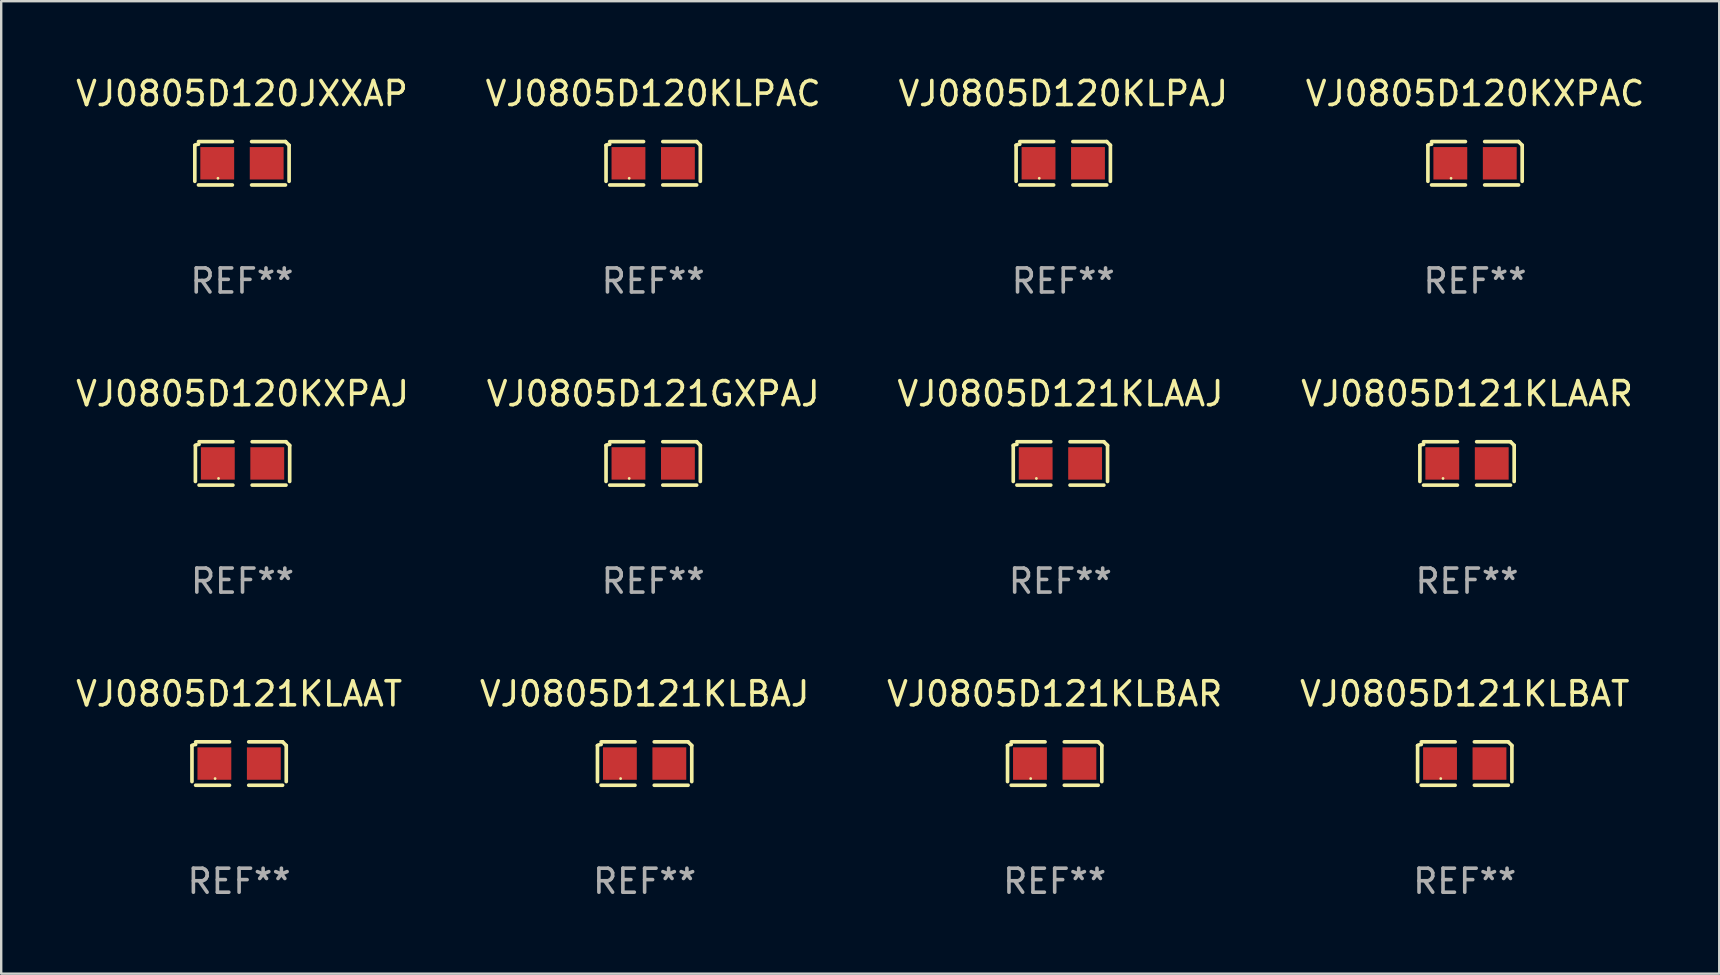
<source format=kicad_pcb>
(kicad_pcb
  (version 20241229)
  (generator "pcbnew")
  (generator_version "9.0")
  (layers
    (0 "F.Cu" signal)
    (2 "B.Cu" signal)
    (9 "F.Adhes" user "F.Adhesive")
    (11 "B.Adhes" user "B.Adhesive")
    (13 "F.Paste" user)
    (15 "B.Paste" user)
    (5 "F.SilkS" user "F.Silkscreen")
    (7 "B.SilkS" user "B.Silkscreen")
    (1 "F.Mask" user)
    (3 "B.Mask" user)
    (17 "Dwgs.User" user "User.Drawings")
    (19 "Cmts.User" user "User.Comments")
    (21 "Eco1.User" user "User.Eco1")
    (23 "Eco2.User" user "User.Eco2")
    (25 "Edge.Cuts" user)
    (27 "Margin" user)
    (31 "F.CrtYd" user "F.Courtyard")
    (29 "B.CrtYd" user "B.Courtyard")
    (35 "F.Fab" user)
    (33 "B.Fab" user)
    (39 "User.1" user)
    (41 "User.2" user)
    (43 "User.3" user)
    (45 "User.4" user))
  (footprint "VJ0805D121KLAAJ"
    (layer "F.Cu")
    (at 41.125 16.256)
    (property "Reference" "VJ0805D121KLAAJ" (at 0 -2.904 0) (layer "F.SilkS") (effects (font (size 1 1) (thickness 0.15))))
    (attr through_hole)
    (fp_line (start -1.964 0.751) (end -1.964 -0.751) (stroke (width 0.152) (type solid)) (layer "F.SilkS"))
    (fp_line (start -1.811 -0.904) (end -0.401 -0.904) (stroke (width 0.152) (type solid)) (layer "F.SilkS"))
    (fp_line (start -0.401 0.904) (end -1.811 0.904) (stroke (width 0.152) (type solid)) (layer "F.SilkS"))
    (fp_line (start 0.401 0.904) (end 1.811 0.904) (stroke (width 0.152) (type solid)) (layer "F.SilkS"))
    (fp_line (start 1.811 -0.904) (end 0.401 -0.904) (stroke (width 0.152) (type solid)) (layer "F.SilkS"))
    (fp_line (start 1.964 0.751) (end 1.964 -0.751) (stroke (width 0.152) (type solid)) (layer "F.SilkS"))
    (fp_arc (start -1.963602 -0.751207) (mid -1.890354 -0.783131) (end -1.811201 -0.794044) (stroke (width 0.1524) (type solid)) (layer "F.SilkS"))
    (fp_arc (start 1.811202 -0.903607) (mid 1.887413 -0.827418) (end 1.963602 -0.751207) (stroke (width 0.1524) (type solid)) (layer "F.SilkS"))
    (fp_circle (center -1 0.625) (end -0.97 0.625) (stroke (width 0.06) (type solid)) (fill no) (layer "F.SilkS"))
    (fp_text user "REF**" (at 0 4.904 0) (layer "F.Fab") (effects (font (size 1 1) (thickness 0.15))))
    (pad "1" smd rect (at -1.03 0) (size 1.41 1.35) (layers "F.Cu" "F.Mask" "F.Paste"))
    (pad "2" smd rect (at 1.03 0) (size 1.41 1.35) (layers "F.Cu" "F.Mask" "F.Paste")))
  (footprint "VJ0805D121KLBAT"
    (layer "F.Cu")
    (at 57.97 28.759)
    (property "Reference" "VJ0805D121KLBAT" (at 0 -2.904 0) (layer "F.SilkS") (effects (font (size 1 1) (thickness 0.15))))
    (attr through_hole)
    (fp_line (start -1.964 0.751) (end -1.964 -0.751) (stroke (width 0.152) (type solid)) (layer "F.SilkS"))
    (fp_line (start -1.811 -0.904) (end -0.401 -0.904) (stroke (width 0.152) (type solid)) (layer "F.SilkS"))
    (fp_line (start -0.401 0.904) (end -1.811 0.904) (stroke (width 0.152) (type solid)) (layer "F.SilkS"))
    (fp_line (start 0.401 0.904) (end 1.811 0.904) (stroke (width 0.152) (type solid)) (layer "F.SilkS"))
    (fp_line (start 1.811 -0.904) (end 0.401 -0.904) (stroke (width 0.152) (type solid)) (layer "F.SilkS"))
    (fp_line (start 1.964 0.751) (end 1.964 -0.751) (stroke (width 0.152) (type solid)) (layer "F.SilkS"))
    (fp_arc (start -1.963602 -0.751207) (mid -1.890354 -0.783131) (end -1.811201 -0.794044) (stroke (width 0.1524) (type solid)) (layer "F.SilkS"))
    (fp_arc (start 1.811202 -0.903607) (mid 1.887413 -0.827418) (end 1.963602 -0.751207) (stroke (width 0.1524) (type solid)) (layer "F.SilkS"))
    (fp_circle (center -1 0.625) (end -0.97 0.625) (stroke (width 0.06) (type solid)) (fill no) (layer "F.SilkS"))
    (fp_text user "REF**" (at 0 4.904 0) (layer "F.Fab") (effects (font (size 1 1) (thickness 0.15))))
    (pad "1" smd rect (at -1.03 0) (size 1.41 1.35) (layers "F.Cu" "F.Mask" "F.Paste"))
    (pad "2" smd rect (at 1.03 0) (size 1.41 1.35) (layers "F.Cu" "F.Mask" "F.Paste")))
  (footprint "VJ0805D120JXXAP"
    (layer "F.Cu")
    (at 7.03 3.752)
    (property "Reference" "VJ0805D120JXXAP" (at 0 -2.904 0) (layer "F.SilkS") (effects (font (size 1 1) (thickness 0.15))))
    (attr through_hole)
    (fp_line (start -1.964 0.751) (end -1.964 -0.751) (stroke (width 0.152) (type solid)) (layer "F.SilkS"))
    (fp_line (start -1.811 -0.904) (end -0.401 -0.904) (stroke (width 0.152) (type solid)) (layer "F.SilkS"))
    (fp_line (start -0.401 0.904) (end -1.811 0.904) (stroke (width 0.152) (type solid)) (layer "F.SilkS"))
    (fp_line (start 0.401 0.904) (end 1.811 0.904) (stroke (width 0.152) (type solid)) (layer "F.SilkS"))
    (fp_line (start 1.811 -0.904) (end 0.401 -0.904) (stroke (width 0.152) (type solid)) (layer "F.SilkS"))
    (fp_line (start 1.964 0.751) (end 1.964 -0.751) (stroke (width 0.152) (type solid)) (layer "F.SilkS"))
    (fp_arc (start -1.963602 -0.751207) (mid -1.890354 -0.783131) (end -1.811201 -0.794044) (stroke (width 0.1524) (type solid)) (layer "F.SilkS"))
    (fp_arc (start 1.811202 -0.903607) (mid 1.887413 -0.827418) (end 1.963602 -0.751207) (stroke (width 0.1524) (type solid)) (layer "F.SilkS"))
    (fp_circle (center -1 0.625) (end -0.97 0.625) (stroke (width 0.06) (type solid)) (fill no) (layer "F.SilkS"))
    (fp_text user "REF**" (at 0 4.904 0) (layer "F.Fab") (effects (font (size 1 1) (thickness 0.15))))
    (pad "1" smd rect (at -1.03 0) (size 1.41 1.35) (layers "F.Cu" "F.Mask" "F.Paste"))
    (pad "2" smd rect (at 1.03 0) (size 1.41 1.35) (layers "F.Cu" "F.Mask" "F.Paste")))
  (footprint "VJ0805D121KLBAJ"
    (layer "F.Cu")
    (at 23.804 28.759)
    (property "Reference" "VJ0805D121KLBAJ" (at 0 -2.904 0) (layer "F.SilkS") (effects (font (size 1 1) (thickness 0.15))))
    (attr through_hole)
    (fp_line (start -1.964 0.751) (end -1.964 -0.751) (stroke (width 0.152) (type solid)) (layer "F.SilkS"))
    (fp_line (start -1.811 -0.904) (end -0.401 -0.904) (stroke (width 0.152) (type solid)) (layer "F.SilkS"))
    (fp_line (start -0.401 0.904) (end -1.811 0.904) (stroke (width 0.152) (type solid)) (layer "F.SilkS"))
    (fp_line (start 0.401 0.904) (end 1.811 0.904) (stroke (width 0.152) (type solid)) (layer "F.SilkS"))
    (fp_line (start 1.811 -0.904) (end 0.401 -0.904) (stroke (width 0.152) (type solid)) (layer "F.SilkS"))
    (fp_line (start 1.964 0.751) (end 1.964 -0.751) (stroke (width 0.152) (type solid)) (layer "F.SilkS"))
    (fp_arc (start -1.963602 -0.751207) (mid -1.890354 -0.783131) (end -1.811201 -0.794044) (stroke (width 0.1524) (type solid)) (layer "F.SilkS"))
    (fp_arc (start 1.811202 -0.903607) (mid 1.887413 -0.827418) (end 1.963602 -0.751207) (stroke (width 0.1524) (type solid)) (layer "F.SilkS"))
    (fp_circle (center -1 0.625) (end -0.97 0.625) (stroke (width 0.06) (type solid)) (fill no) (layer "F.SilkS"))
    (fp_text user "REF**" (at 0 4.904 0) (layer "F.Fab") (effects (font (size 1 1) (thickness 0.15))))
    (pad "1" smd rect (at -1.03 0) (size 1.41 1.35) (layers "F.Cu" "F.Mask" "F.Paste"))
    (pad "2" smd rect (at 1.03 0) (size 1.41 1.35) (layers "F.Cu" "F.Mask" "F.Paste")))
  (footprint "VJ0805D120KLPAC"
    (layer "F.Cu")
    (at 24.161 3.752)
    (property "Reference" "VJ0805D120KLPAC" (at 0 -2.904 0) (layer "F.SilkS") (effects (font (size 1 1) (thickness 0.15))))
    (attr through_hole)
    (fp_line (start -1.964 0.751) (end -1.964 -0.751) (stroke (width 0.152) (type solid)) (layer "F.SilkS"))
    (fp_line (start -1.811 -0.904) (end -0.401 -0.904) (stroke (width 0.152) (type solid)) (layer "F.SilkS"))
    (fp_line (start -0.401 0.904) (end -1.811 0.904) (stroke (width 0.152) (type solid)) (layer "F.SilkS"))
    (fp_line (start 0.401 0.904) (end 1.811 0.904) (stroke (width 0.152) (type solid)) (layer "F.SilkS"))
    (fp_line (start 1.811 -0.904) (end 0.401 -0.904) (stroke (width 0.152) (type solid)) (layer "F.SilkS"))
    (fp_line (start 1.964 0.751) (end 1.964 -0.751) (stroke (width 0.152) (type solid)) (layer "F.SilkS"))
    (fp_arc (start -1.963602 -0.751207) (mid -1.890354 -0.783131) (end -1.811201 -0.794044) (stroke (width 0.1524) (type solid)) (layer "F.SilkS"))
    (fp_arc (start 1.811202 -0.903607) (mid 1.887413 -0.827418) (end 1.963602 -0.751207) (stroke (width 0.1524) (type solid)) (layer "F.SilkS"))
    (fp_circle (center -1 0.625) (end -0.97 0.625) (stroke (width 0.06) (type solid)) (fill no) (layer "F.SilkS"))
    (fp_text user "REF**" (at 0 4.904 0) (layer "F.Fab") (effects (font (size 1 1) (thickness 0.15))))
    (pad "1" smd rect (at -1.03 0) (size 1.41 1.35) (layers "F.Cu" "F.Mask" "F.Paste"))
    (pad "2" smd rect (at 1.03 0) (size 1.41 1.35) (layers "F.Cu" "F.Mask" "F.Paste")))
  (footprint "VJ0805D120KLPAJ"
    (layer "F.Cu")
    (at 41.244 3.752)
    (property "Reference" "VJ0805D120KLPAJ" (at 0 -2.904 0) (layer "F.SilkS") (effects (font (size 1 1) (thickness 0.15))))
    (attr through_hole)
    (fp_line (start -1.964 0.751) (end -1.964 -0.751) (stroke (width 0.152) (type solid)) (layer "F.SilkS"))
    (fp_line (start -1.811 -0.904) (end -0.401 -0.904) (stroke (width 0.152) (type solid)) (layer "F.SilkS"))
    (fp_line (start -0.401 0.904) (end -1.811 0.904) (stroke (width 0.152) (type solid)) (layer "F.SilkS"))
    (fp_line (start 0.401 0.904) (end 1.811 0.904) (stroke (width 0.152) (type solid)) (layer "F.SilkS"))
    (fp_line (start 1.811 -0.904) (end 0.401 -0.904) (stroke (width 0.152) (type solid)) (layer "F.SilkS"))
    (fp_line (start 1.964 0.751) (end 1.964 -0.751) (stroke (width 0.152) (type solid)) (layer "F.SilkS"))
    (fp_arc (start -1.963602 -0.751207) (mid -1.890354 -0.783131) (end -1.811201 -0.794044) (stroke (width 0.1524) (type solid)) (layer "F.SilkS"))
    (fp_arc (start 1.811202 -0.903607) (mid 1.887413 -0.827418) (end 1.963602 -0.751207) (stroke (width 0.1524) (type solid)) (layer "F.SilkS"))
    (fp_circle (center -1 0.625) (end -0.97 0.625) (stroke (width 0.06) (type solid)) (fill no) (layer "F.SilkS"))
    (fp_text user "REF**" (at 0 4.904 0) (layer "F.Fab") (effects (font (size 1 1) (thickness 0.15))))
    (pad "1" smd rect (at -1.03 0) (size 1.41 1.35) (layers "F.Cu" "F.Mask" "F.Paste"))
    (pad "2" smd rect (at 1.03 0) (size 1.41 1.35) (layers "F.Cu" "F.Mask" "F.Paste")))
  (footprint "VJ0805D120KXPAC"
    (layer "F.Cu")
    (at 58.399 3.752)
    (property "Reference" "VJ0805D120KXPAC" (at 0 -2.904 0) (layer "F.SilkS") (effects (font (size 1 1) (thickness 0.15))))
    (attr through_hole)
    (fp_line (start -1.964 0.751) (end -1.964 -0.751) (stroke (width 0.152) (type solid)) (layer "F.SilkS"))
    (fp_line (start -1.811 -0.904) (end -0.401 -0.904) (stroke (width 0.152) (type solid)) (layer "F.SilkS"))
    (fp_line (start -0.401 0.904) (end -1.811 0.904) (stroke (width 0.152) (type solid)) (layer "F.SilkS"))
    (fp_line (start 0.401 0.904) (end 1.811 0.904) (stroke (width 0.152) (type solid)) (layer "F.SilkS"))
    (fp_line (start 1.811 -0.904) (end 0.401 -0.904) (stroke (width 0.152) (type solid)) (layer "F.SilkS"))
    (fp_line (start 1.964 0.751) (end 1.964 -0.751) (stroke (width 0.152) (type solid)) (layer "F.SilkS"))
    (fp_arc (start -1.963602 -0.751207) (mid -1.890354 -0.783131) (end -1.811201 -0.794044) (stroke (width 0.1524) (type solid)) (layer "F.SilkS"))
    (fp_arc (start 1.811202 -0.903607) (mid 1.887413 -0.827418) (end 1.963602 -0.751207) (stroke (width 0.1524) (type solid)) (layer "F.SilkS"))
    (fp_circle (center -1 0.625) (end -0.97 0.625) (stroke (width 0.06) (type solid)) (fill no) (layer "F.SilkS"))
    (fp_text user "REF**" (at 0 4.904 0) (layer "F.Fab") (effects (font (size 1 1) (thickness 0.15))))
    (pad "1" smd rect (at -1.03 0) (size 1.41 1.35) (layers "F.Cu" "F.Mask" "F.Paste"))
    (pad "2" smd rect (at 1.03 0) (size 1.41 1.35) (layers "F.Cu" "F.Mask" "F.Paste")))
  (footprint "VJ0805D120KXPAJ"
    (layer "F.Cu")
    (at 7.054 16.256)
    (property "Reference" "VJ0805D120KXPAJ" (at 0 -2.904 0) (layer "F.SilkS") (effects (font (size 1 1) (thickness 0.15))))
    (attr through_hole)
    (fp_line (start -1.964 0.751) (end -1.964 -0.751) (stroke (width 0.152) (type solid)) (layer "F.SilkS"))
    (fp_line (start -1.811 -0.904) (end -0.401 -0.904) (stroke (width 0.152) (type solid)) (layer "F.SilkS"))
    (fp_line (start -0.401 0.904) (end -1.811 0.904) (stroke (width 0.152) (type solid)) (layer "F.SilkS"))
    (fp_line (start 0.401 0.904) (end 1.811 0.904) (stroke (width 0.152) (type solid)) (layer "F.SilkS"))
    (fp_line (start 1.811 -0.904) (end 0.401 -0.904) (stroke (width 0.152) (type solid)) (layer "F.SilkS"))
    (fp_line (start 1.964 0.751) (end 1.964 -0.751) (stroke (width 0.152) (type solid)) (layer "F.SilkS"))
    (fp_arc (start -1.963602 -0.751207) (mid -1.890354 -0.783131) (end -1.811201 -0.794044) (stroke (width 0.1524) (type solid)) (layer "F.SilkS"))
    (fp_arc (start 1.811202 -0.903607) (mid 1.887413 -0.827418) (end 1.963602 -0.751207) (stroke (width 0.1524) (type solid)) (layer "F.SilkS"))
    (fp_circle (center -1 0.625) (end -0.97 0.625) (stroke (width 0.06) (type solid)) (fill no) (layer "F.SilkS"))
    (fp_text user "REF**" (at 0 4.904 0) (layer "F.Fab") (effects (font (size 1 1) (thickness 0.15))))
    (pad "1" smd rect (at -1.03 0) (size 1.41 1.35) (layers "F.Cu" "F.Mask" "F.Paste"))
    (pad "2" smd rect (at 1.03 0) (size 1.41 1.35) (layers "F.Cu" "F.Mask" "F.Paste")))
  (footprint "VJ0805D121KLAAR"
    (layer "F.Cu")
    (at 58.065 16.256)
    (property "Reference" "VJ0805D121KLAAR" (at 0 -2.904 0) (layer "F.SilkS") (effects (font (size 1 1) (thickness 0.15))))
    (attr through_hole)
    (fp_line (start -1.964 0.751) (end -1.964 -0.751) (stroke (width 0.152) (type solid)) (layer "F.SilkS"))
    (fp_line (start -1.811 -0.904) (end -0.401 -0.904) (stroke (width 0.152) (type solid)) (layer "F.SilkS"))
    (fp_line (start -0.401 0.904) (end -1.811 0.904) (stroke (width 0.152) (type solid)) (layer "F.SilkS"))
    (fp_line (start 0.401 0.904) (end 1.811 0.904) (stroke (width 0.152) (type solid)) (layer "F.SilkS"))
    (fp_line (start 1.811 -0.904) (end 0.401 -0.904) (stroke (width 0.152) (type solid)) (layer "F.SilkS"))
    (fp_line (start 1.964 0.751) (end 1.964 -0.751) (stroke (width 0.152) (type solid)) (layer "F.SilkS"))
    (fp_arc (start -1.963602 -0.751207) (mid -1.890354 -0.783131) (end -1.811201 -0.794044) (stroke (width 0.1524) (type solid)) (layer "F.SilkS"))
    (fp_arc (start 1.811202 -0.903607) (mid 1.887413 -0.827418) (end 1.963602 -0.751207) (stroke (width 0.1524) (type solid)) (layer "F.SilkS"))
    (fp_circle (center -1 0.625) (end -0.97 0.625) (stroke (width 0.06) (type solid)) (fill no) (layer "F.SilkS"))
    (fp_text user "REF**" (at 0 4.904 0) (layer "F.Fab") (effects (font (size 1 1) (thickness 0.15))))
    (pad "1" smd rect (at -1.03 0) (size 1.41 1.35) (layers "F.Cu" "F.Mask" "F.Paste"))
    (pad "2" smd rect (at 1.03 0) (size 1.41 1.35) (layers "F.Cu" "F.Mask" "F.Paste")))
  (footprint "VJ0805D121KLBAR"
    (layer "F.Cu")
    (at 40.887 28.759)
    (property "Reference" "VJ0805D121KLBAR" (at 0 -2.904 0) (layer "F.SilkS") (effects (font (size 1 1) (thickness 0.15))))
    (attr through_hole)
    (fp_line (start -1.964 0.751) (end -1.964 -0.751) (stroke (width 0.152) (type solid)) (layer "F.SilkS"))
    (fp_line (start -1.811 -0.904) (end -0.401 -0.904) (stroke (width 0.152) (type solid)) (layer "F.SilkS"))
    (fp_line (start -0.401 0.904) (end -1.811 0.904) (stroke (width 0.152) (type solid)) (layer "F.SilkS"))
    (fp_line (start 0.401 0.904) (end 1.811 0.904) (stroke (width 0.152) (type solid)) (layer "F.SilkS"))
    (fp_line (start 1.811 -0.904) (end 0.401 -0.904) (stroke (width 0.152) (type solid)) (layer "F.SilkS"))
    (fp_line (start 1.964 0.751) (end 1.964 -0.751) (stroke (width 0.152) (type solid)) (layer "F.SilkS"))
    (fp_arc (start -1.963602 -0.751207) (mid -1.890354 -0.783131) (end -1.811201 -0.794044) (stroke (width 0.1524) (type solid)) (layer "F.SilkS"))
    (fp_arc (start 1.811202 -0.903607) (mid 1.887413 -0.827418) (end 1.963602 -0.751207) (stroke (width 0.1524) (type solid)) (layer "F.SilkS"))
    (fp_circle (center -1 0.625) (end -0.97 0.625) (stroke (width 0.06) (type solid)) (fill no) (layer "F.SilkS"))
    (fp_text user "REF**" (at 0 4.904 0) (layer "F.Fab") (effects (font (size 1 1) (thickness 0.15))))
    (pad "1" smd rect (at -1.03 0) (size 1.41 1.35) (layers "F.Cu" "F.Mask" "F.Paste"))
    (pad "2" smd rect (at 1.03 0) (size 1.41 1.35) (layers "F.Cu" "F.Mask" "F.Paste")))
  (footprint "VJ0805D121GXPAJ"
    (layer "F.Cu")
    (at 24.161 16.256)
    (property "Reference" "VJ0805D121GXPAJ" (at 0 -2.904 0) (layer "F.SilkS") (effects (font (size 1 1) (thickness 0.15))))
    (attr through_hole)
    (fp_line (start -1.964 0.751) (end -1.964 -0.751) (stroke (width 0.152) (type solid)) (layer "F.SilkS"))
    (fp_line (start -1.811 -0.904) (end -0.401 -0.904) (stroke (width 0.152) (type solid)) (layer "F.SilkS"))
    (fp_line (start -0.401 0.904) (end -1.811 0.904) (stroke (width 0.152) (type solid)) (layer "F.SilkS"))
    (fp_line (start 0.401 0.904) (end 1.811 0.904) (stroke (width 0.152) (type solid)) (layer "F.SilkS"))
    (fp_line (start 1.811 -0.904) (end 0.401 -0.904) (stroke (width 0.152) (type solid)) (layer "F.SilkS"))
    (fp_line (start 1.964 0.751) (end 1.964 -0.751) (stroke (width 0.152) (type solid)) (layer "F.SilkS"))
    (fp_arc (start -1.963602 -0.751207) (mid -1.890354 -0.783131) (end -1.811201 -0.794044) (stroke (width 0.1524) (type solid)) (layer "F.SilkS"))
    (fp_arc (start 1.811202 -0.903607) (mid 1.887413 -0.827418) (end 1.963602 -0.751207) (stroke (width 0.1524) (type solid)) (layer "F.SilkS"))
    (fp_circle (center -1 0.625) (end -0.97 0.625) (stroke (width 0.06) (type solid)) (fill no) (layer "F.SilkS"))
    (fp_text user "REF**" (at 0 4.904 0) (layer "F.Fab") (effects (font (size 1 1) (thickness 0.15))))
    (pad "1" smd rect (at -1.03 0) (size 1.41 1.35) (layers "F.Cu" "F.Mask" "F.Paste"))
    (pad "2" smd rect (at 1.03 0) (size 1.41 1.35) (layers "F.Cu" "F.Mask" "F.Paste")))
  (footprint "VJ0805D121KLAAT"
    (layer "F.Cu")
    (at 6.911 28.759)
    (property "Reference" "VJ0805D121KLAAT" (at 0 -2.904 0) (layer "F.SilkS") (effects (font (size 1 1) (thickness 0.15))))
    (attr through_hole)
    (fp_line (start -1.964 0.751) (end -1.964 -0.751) (stroke (width 0.152) (type solid)) (layer "F.SilkS"))
    (fp_line (start -1.811 -0.904) (end -0.401 -0.904) (stroke (width 0.152) (type solid)) (layer "F.SilkS"))
    (fp_line (start -0.401 0.904) (end -1.811 0.904) (stroke (width 0.152) (type solid)) (layer "F.SilkS"))
    (fp_line (start 0.401 0.904) (end 1.811 0.904) (stroke (width 0.152) (type solid)) (layer "F.SilkS"))
    (fp_line (start 1.811 -0.904) (end 0.401 -0.904) (stroke (width 0.152) (type solid)) (layer "F.SilkS"))
    (fp_line (start 1.964 0.751) (end 1.964 -0.751) (stroke (width 0.152) (type solid)) (layer "F.SilkS"))
    (fp_arc (start -1.963602 -0.751207) (mid -1.890354 -0.783131) (end -1.811201 -0.794044) (stroke (width 0.1524) (type solid)) (layer "F.SilkS"))
    (fp_arc (start 1.811202 -0.903607) (mid 1.887413 -0.827418) (end 1.963602 -0.751207) (stroke (width 0.1524) (type solid)) (layer "F.SilkS"))
    (fp_circle (center -1 0.625) (end -0.97 0.625) (stroke (width 0.06) (type solid)) (fill no) (layer "F.SilkS"))
    (fp_text user "REF**" (at 0 4.904 0) (layer "F.Fab") (effects (font (size 1 1) (thickness 0.15))))
    (pad "1" smd rect (at -1.03 0) (size 1.41 1.35) (layers "F.Cu" "F.Mask" "F.Paste"))
    (pad "2" smd rect (at 1.03 0) (size 1.41 1.35) (layers "F.Cu" "F.Mask" "F.Paste")))
  (gr_rect
    (start -3 -3)
    (end 68.571 37.511)
    (stroke (width 0.1) (type default))
    (fill no)
    (layer "Edge.Cuts")))
</source>
